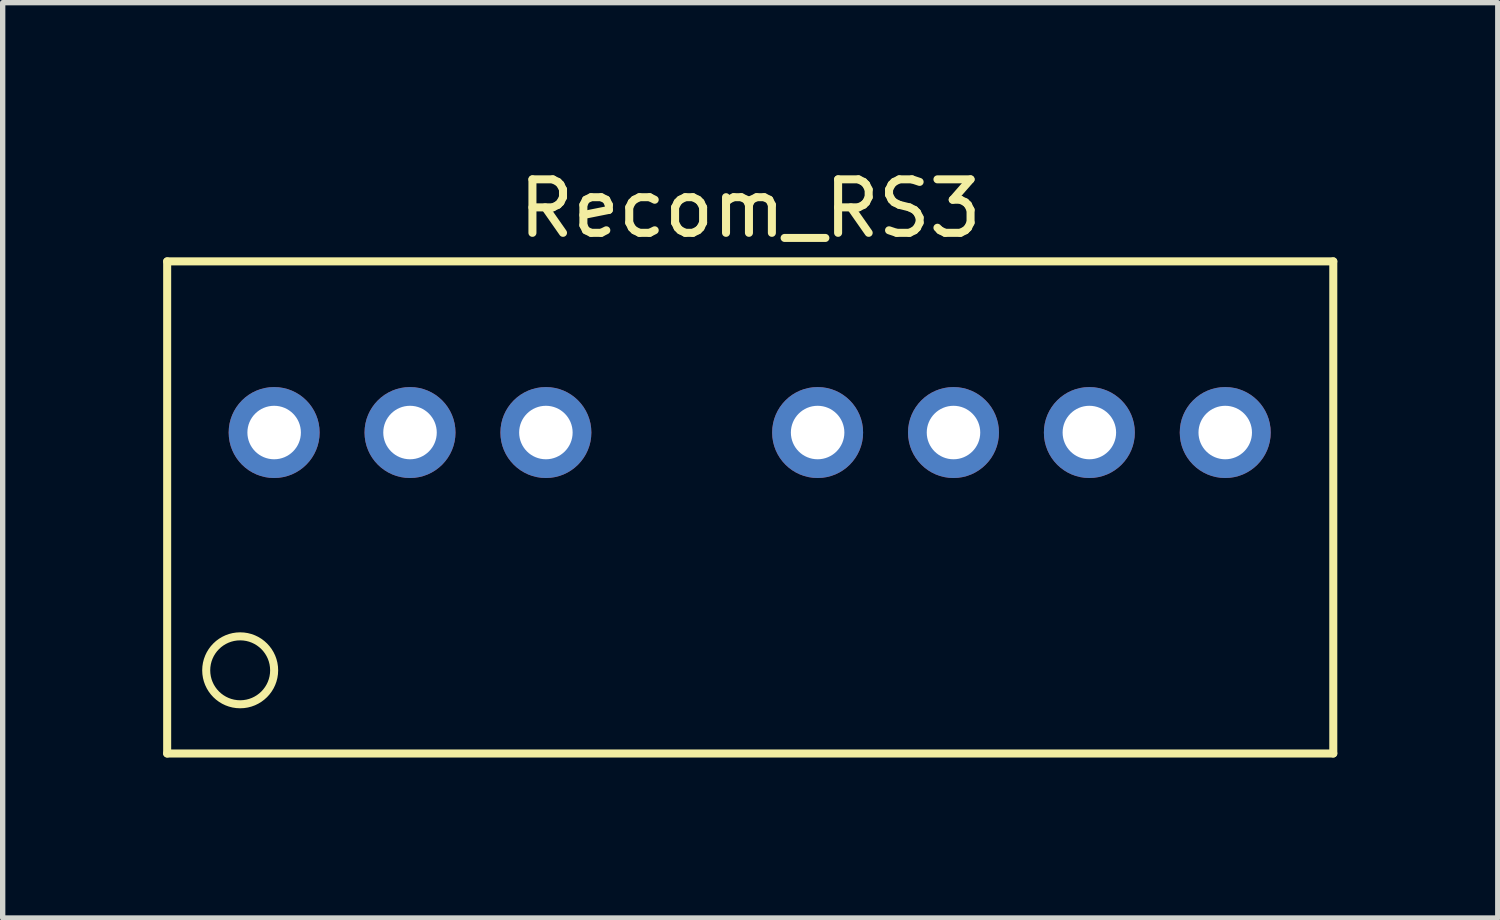
<source format=kicad_pcb>
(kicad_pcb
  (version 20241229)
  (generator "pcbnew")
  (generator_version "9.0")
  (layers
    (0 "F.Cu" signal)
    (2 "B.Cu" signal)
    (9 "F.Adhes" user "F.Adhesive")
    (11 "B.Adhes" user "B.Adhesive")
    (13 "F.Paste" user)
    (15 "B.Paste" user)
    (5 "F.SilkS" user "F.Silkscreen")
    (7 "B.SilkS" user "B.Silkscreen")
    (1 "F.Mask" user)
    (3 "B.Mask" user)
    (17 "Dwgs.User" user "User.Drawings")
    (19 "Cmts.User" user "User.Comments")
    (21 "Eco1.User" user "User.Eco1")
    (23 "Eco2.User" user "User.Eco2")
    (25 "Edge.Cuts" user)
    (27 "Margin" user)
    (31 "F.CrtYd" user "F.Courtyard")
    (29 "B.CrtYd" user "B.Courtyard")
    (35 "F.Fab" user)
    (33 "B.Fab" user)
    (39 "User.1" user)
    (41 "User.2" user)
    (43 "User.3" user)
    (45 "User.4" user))
  (footprint "Recom_RS3"
    (layer "F.Cu")
    (at 10.975 6.436)
    (property "Reference" "Recom_RS3" (at 0 -5.588 0) (layer "F.SilkS") (effects (font (size 1 1) (thickness 0.15))))
    (attr through_hole)
    (fp_line (start -10.9 -4.6) (end -10.9 4.6) (stroke (width 0.15) (type solid)) (layer "F.SilkS"))
    (fp_line (start -10.9 -4.6) (end 10.9 -4.6) (stroke (width 0.15) (type solid)) (layer "F.SilkS"))
    (fp_line (start -10.9 4.6) (end 10.9 4.6) (stroke (width 0.15) (type solid)) (layer "F.SilkS"))
    (fp_line (start 10.9 -4.6) (end 10.9 4.6) (stroke (width 0.15) (type solid)) (layer "F.SilkS"))
    (fp_circle (center -9.535 3.045) (end -9.535 3.68) (stroke (width 0.15) (type solid)) (fill no) (layer "F.SilkS"))
    (pad "1" thru_hole circle (at -8.9 -1.4) (size 1.7 1.7) (drill 1) (layers "*.Cu" "*.Mask"))
    (pad "2" thru_hole circle (at -6.36 -1.4) (size 1.7 1.7) (drill 1) (layers "*.Cu" "*.Mask"))
    (pad "3" thru_hole circle (at -3.82 -1.4) (size 1.7 1.7) (drill 1) (layers "*.Cu" "*.Mask"))
    (pad "5" thru_hole circle (at 1.26 -1.4) (size 1.7 1.7) (drill 1) (layers "*.Cu" "*.Mask"))
    (pad "6" thru_hole circle (at 3.8 -1.4) (size 1.7 1.7) (drill 1) (layers "*.Cu" "*.Mask"))
    (pad "7" thru_hole circle (at 6.34 -1.4) (size 1.7 1.7) (drill 1) (layers "*.Cu" "*.Mask"))
    (pad "8" thru_hole circle (at 8.88 -1.4) (size 1.7 1.7) (drill 1) (layers "*.Cu" "*.Mask")))
  (gr_rect
    (start -3 -3)
    (end 24.95 14.111)
    (stroke (width 0.1) (type default))
    (fill no)
    (layer "Edge.Cuts")))
</source>
